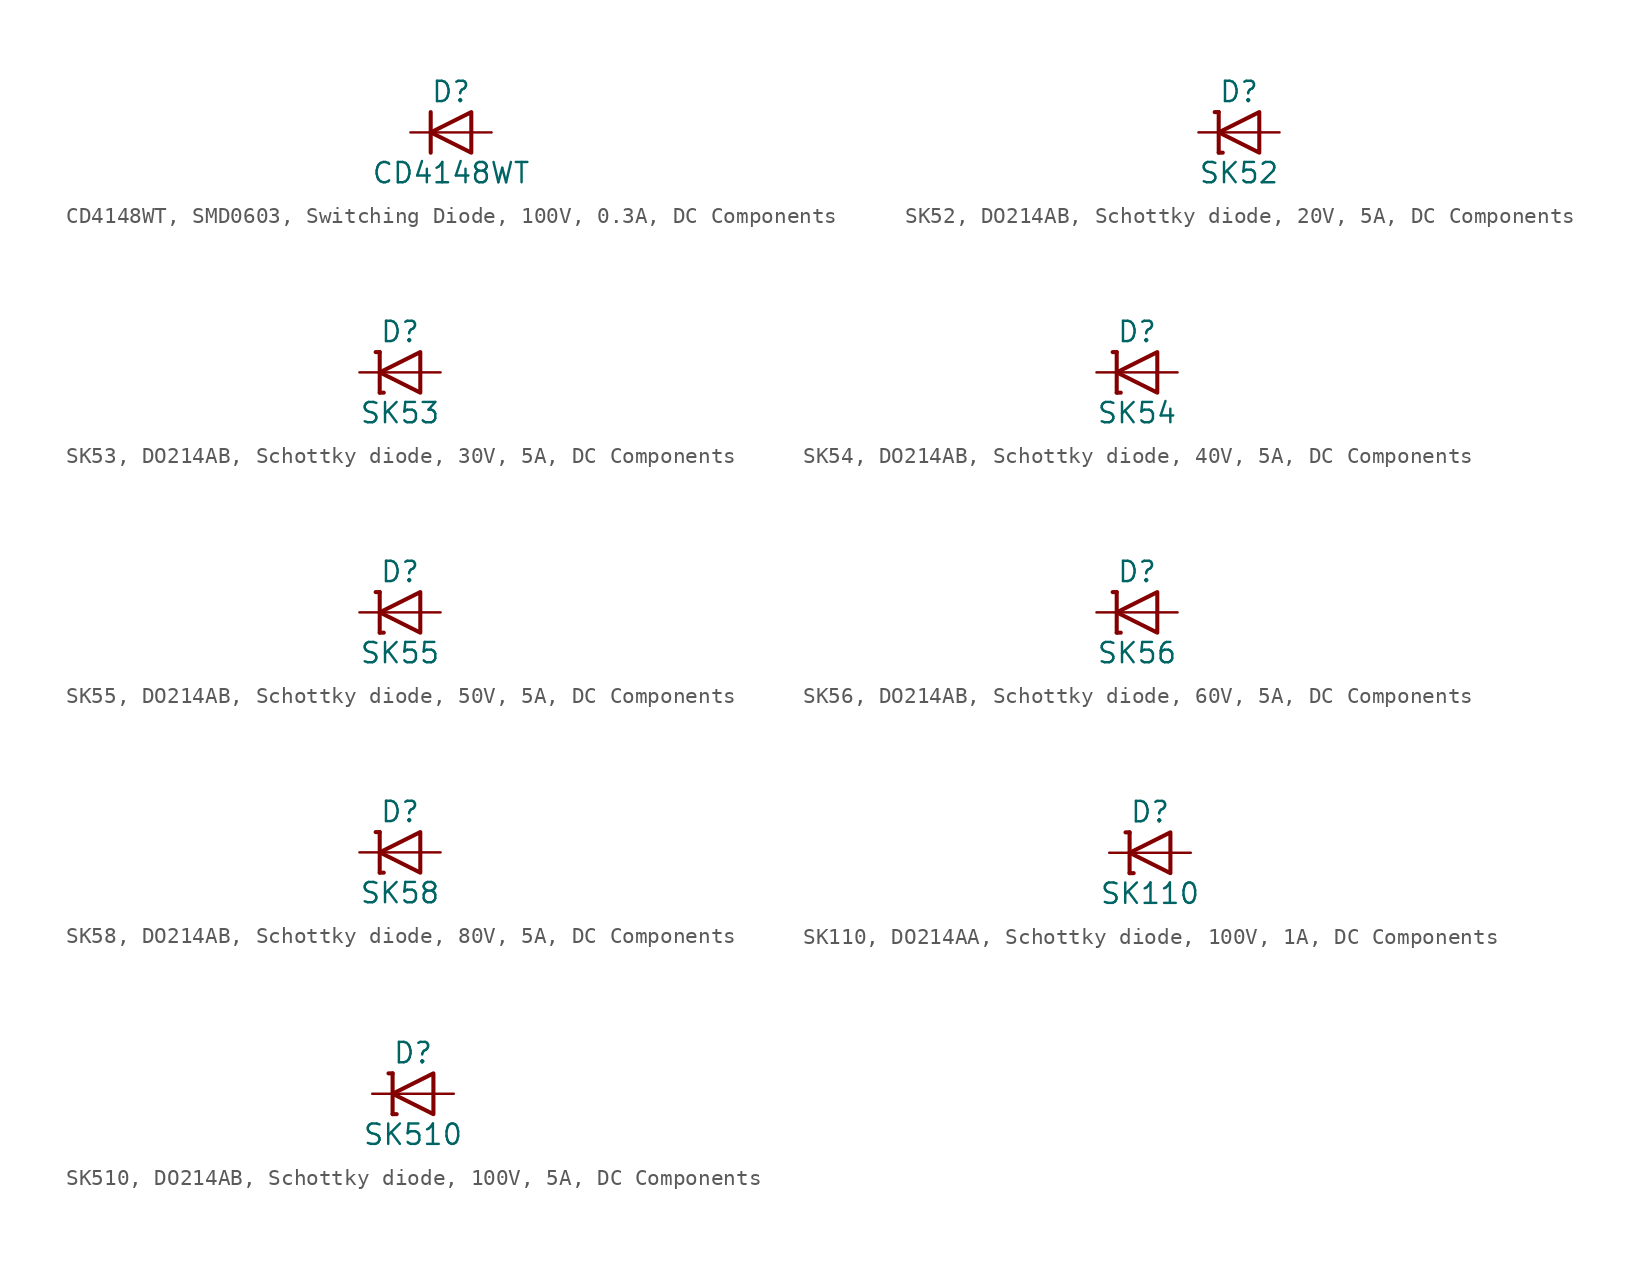
<source format=kicad_sym>
(kicad_symbol_lib
  (version 20241209)
  (generator "kicad_symbol_editor")
  (generator_version "9.0")
  (symbol "CD4148WT, SMD0603, Switching Diode, 100V, 0.3A, DC Components"
    (pin_numbers
      (hide yes))
    (pin_names
      (offset 1.016)
      (hide yes))
    (property "Reference" "D"
      (at 0 2.54 0)
      (effects (font (size 1.27 1.27))))
    (property "Value" "CD4148WT"
      (at 0 -2.54 0)
      (effects (font (size 1.27 1.27))))
    (symbol "CD4148WT, SMD0603, Switching Diode, 100V, 0.3A, DC Components_0_0"
      (polyline (pts (xy -1.27 0) (xy 1.27 0)) (stroke (width 0.152) (type default)) (fill (type none))))
    (symbol "CD4148WT, SMD0603, Switching Diode, 100V, 0.3A, DC Components_0_1"
      (polyline (pts (xy -1.27 1.27) (xy -1.27 -1.27)) (stroke (width 0.254) (type default)) (fill (type none)))
      (polyline (pts (xy 1.27 1.27) (xy 1.27 -1.27) (xy -1.27 0) (xy 1.27 1.27)) (stroke (width 0.254) (type default)) (fill (type none))))
    (symbol "CD4148WT, SMD0603, Switching Diode, 100V, 0.3A, DC Components_1_1"
      (pin passive line (at -2.54 0 0) (length 1.27) (name "C" (effects (font (size 1.27 1.27)))) (number "1" (effects (font (size 1.27 1.27)))))
      (pin passive line (at 2.54 0 180) (length 1.27) (name "A" (effects (font (size 1.27 1.27)))) (number "2" (effects (font (size 1.27 1.27)))))))
  (symbol "SK52, DO214AB, Schottky diode, 20V, 5A, DC Components"
    (pin_numbers
      (hide yes))
    (pin_names
      (offset 1.016)
      (hide yes))
    (property "Reference" "D"
      (at 0 2.54 0)
      (effects (font (size 1.27 1.27))))
    (property "Value" "SK52"
      (at 0 -2.54 0)
      (effects (font (size 1.27 1.27))))
    (symbol "SK52, DO214AB, Schottky diode, 20V, 5A, DC Components_0_0"
      (polyline (pts (xy -1.27 0) (xy 1.27 0)) (stroke (width 0.152) (type default)) (fill (type none))))
    (symbol "SK52, DO214AB, Schottky diode, 20V, 5A, DC Components_0_1"
      (polyline (pts (xy -1.524 1.27) (xy -1.27 1.27)) (stroke (width 0.254) (type default)) (fill (type none)))
      (polyline (pts (xy -1.27 1.27) (xy -1.27 -1.27)) (stroke (width 0.254) (type default)) (fill (type none)))
      (polyline (pts (xy -1.27 -1.27) (xy -1.016 -1.27)) (stroke (width 0.254) (type default)) (fill (type none)))
      (polyline (pts (xy 1.27 1.27) (xy 1.27 -1.27) (xy -1.27 0) (xy 1.27 1.27)) (stroke (width 0.254) (type default)) (fill (type none))))
    (symbol "SK52, DO214AB, Schottky diode, 20V, 5A, DC Components_1_1"
      (pin passive line (at -2.54 0 0) (length 1.27) (name "C" (effects (font (size 1.27 1.27)))) (number "1" (effects (font (size 1.27 1.27)))))
      (pin passive line (at 2.54 0 180) (length 1.27) (name "A" (effects (font (size 1.27 1.27)))) (number "2" (effects (font (size 1.27 1.27)))))))
  (symbol "SK53, DO214AB, Schottky diode, 30V, 5A, DC Components"
    (pin_numbers
      (hide yes))
    (pin_names
      (offset 1.016)
      (hide yes))
    (property "Reference" "D"
      (at 0 2.54 0)
      (effects (font (size 1.27 1.27))))
    (property "Value" "SK53"
      (at 0 -2.54 0)
      (effects (font (size 1.27 1.27))))
    (symbol "SK53, DO214AB, Schottky diode, 30V, 5A, DC Components_0_0"
      (polyline (pts (xy -1.27 0) (xy 1.27 0)) (stroke (width 0.152) (type default)) (fill (type none))))
    (symbol "SK53, DO214AB, Schottky diode, 30V, 5A, DC Components_0_1"
      (polyline (pts (xy -1.524 1.27) (xy -1.27 1.27)) (stroke (width 0.254) (type default)) (fill (type none)))
      (polyline (pts (xy -1.27 1.27) (xy -1.27 -1.27)) (stroke (width 0.254) (type default)) (fill (type none)))
      (polyline (pts (xy -1.27 -1.27) (xy -1.016 -1.27)) (stroke (width 0.254) (type default)) (fill (type none)))
      (polyline (pts (xy 1.27 1.27) (xy 1.27 -1.27) (xy -1.27 0) (xy 1.27 1.27)) (stroke (width 0.254) (type default)) (fill (type none))))
    (symbol "SK53, DO214AB, Schottky diode, 30V, 5A, DC Components_1_1"
      (pin passive line (at -2.54 0 0) (length 1.27) (name "C" (effects (font (size 1.27 1.27)))) (number "1" (effects (font (size 1.27 1.27)))))
      (pin passive line (at 2.54 0 180) (length 1.27) (name "A" (effects (font (size 1.27 1.27)))) (number "2" (effects (font (size 1.27 1.27)))))))
  (symbol "SK54, DO214AB, Schottky diode, 40V, 5A, DC Components"
    (pin_numbers
      (hide yes))
    (pin_names
      (offset 1.016)
      (hide yes))
    (property "Reference" "D"
      (at 0 2.54 0)
      (effects (font (size 1.27 1.27))))
    (property "Value" "SK54"
      (at 0 -2.54 0)
      (effects (font (size 1.27 1.27))))
    (symbol "SK54, DO214AB, Schottky diode, 40V, 5A, DC Components_0_0"
      (polyline (pts (xy -1.27 0) (xy 1.27 0)) (stroke (width 0.152) (type default)) (fill (type none))))
    (symbol "SK54, DO214AB, Schottky diode, 40V, 5A, DC Components_0_1"
      (polyline (pts (xy -1.524 1.27) (xy -1.27 1.27)) (stroke (width 0.254) (type default)) (fill (type none)))
      (polyline (pts (xy -1.27 1.27) (xy -1.27 -1.27)) (stroke (width 0.254) (type default)) (fill (type none)))
      (polyline (pts (xy -1.27 -1.27) (xy -1.016 -1.27)) (stroke (width 0.254) (type default)) (fill (type none)))
      (polyline (pts (xy 1.27 1.27) (xy 1.27 -1.27) (xy -1.27 0) (xy 1.27 1.27)) (stroke (width 0.254) (type default)) (fill (type none))))
    (symbol "SK54, DO214AB, Schottky diode, 40V, 5A, DC Components_1_1"
      (pin passive line (at -2.54 0 0) (length 1.27) (name "C" (effects (font (size 1.27 1.27)))) (number "1" (effects (font (size 1.27 1.27)))))
      (pin passive line (at 2.54 0 180) (length 1.27) (name "A" (effects (font (size 1.27 1.27)))) (number "2" (effects (font (size 1.27 1.27)))))))
  (symbol "SK55, DO214AB, Schottky diode, 50V, 5A, DC Components"
    (pin_numbers
      (hide yes))
    (pin_names
      (offset 1.016)
      (hide yes))
    (property "Reference" "D"
      (at 0 2.54 0)
      (effects (font (size 1.27 1.27))))
    (property "Value" "SK55"
      (at 0 -2.54 0)
      (effects (font (size 1.27 1.27))))
    (symbol "SK55, DO214AB, Schottky diode, 50V, 5A, DC Components_0_0"
      (polyline (pts (xy -1.27 0) (xy 1.27 0)) (stroke (width 0.152) (type default)) (fill (type none))))
    (symbol "SK55, DO214AB, Schottky diode, 50V, 5A, DC Components_0_1"
      (polyline (pts (xy -1.524 1.27) (xy -1.27 1.27)) (stroke (width 0.254) (type default)) (fill (type none)))
      (polyline (pts (xy -1.27 1.27) (xy -1.27 -1.27)) (stroke (width 0.254) (type default)) (fill (type none)))
      (polyline (pts (xy -1.27 -1.27) (xy -1.016 -1.27)) (stroke (width 0.254) (type default)) (fill (type none)))
      (polyline (pts (xy 1.27 1.27) (xy 1.27 -1.27) (xy -1.27 0) (xy 1.27 1.27)) (stroke (width 0.254) (type default)) (fill (type none))))
    (symbol "SK55, DO214AB, Schottky diode, 50V, 5A, DC Components_1_1"
      (pin passive line (at -2.54 0 0) (length 1.27) (name "C" (effects (font (size 1.27 1.27)))) (number "1" (effects (font (size 1.27 1.27)))))
      (pin passive line (at 2.54 0 180) (length 1.27) (name "A" (effects (font (size 1.27 1.27)))) (number "2" (effects (font (size 1.27 1.27)))))))
  (symbol "SK56, DO214AB, Schottky diode, 60V, 5A, DC Components"
    (pin_numbers
      (hide yes))
    (pin_names
      (offset 1.016)
      (hide yes))
    (property "Reference" "D"
      (at 0 2.54 0)
      (effects (font (size 1.27 1.27))))
    (property "Value" "SK56"
      (at 0 -2.54 0)
      (effects (font (size 1.27 1.27))))
    (symbol "SK56, DO214AB, Schottky diode, 60V, 5A, DC Components_0_0"
      (polyline (pts (xy -1.27 0) (xy 1.27 0)) (stroke (width 0.152) (type default)) (fill (type none))))
    (symbol "SK56, DO214AB, Schottky diode, 60V, 5A, DC Components_0_1"
      (polyline (pts (xy -1.524 1.27) (xy -1.27 1.27)) (stroke (width 0.254) (type default)) (fill (type none)))
      (polyline (pts (xy -1.27 1.27) (xy -1.27 -1.27)) (stroke (width 0.254) (type default)) (fill (type none)))
      (polyline (pts (xy -1.27 -1.27) (xy -1.016 -1.27)) (stroke (width 0.254) (type default)) (fill (type none)))
      (polyline (pts (xy 1.27 1.27) (xy 1.27 -1.27) (xy -1.27 0) (xy 1.27 1.27)) (stroke (width 0.254) (type default)) (fill (type none))))
    (symbol "SK56, DO214AB, Schottky diode, 60V, 5A, DC Components_1_1"
      (pin passive line (at -2.54 0 0) (length 1.27) (name "C" (effects (font (size 1.27 1.27)))) (number "1" (effects (font (size 1.27 1.27)))))
      (pin passive line (at 2.54 0 180) (length 1.27) (name "A" (effects (font (size 1.27 1.27)))) (number "2" (effects (font (size 1.27 1.27)))))))
  (symbol "SK58, DO214AB, Schottky diode, 80V, 5A, DC Components"
    (pin_numbers
      (hide yes))
    (pin_names
      (offset 1.016)
      (hide yes))
    (property "Reference" "D"
      (at 0 2.54 0)
      (effects (font (size 1.27 1.27))))
    (property "Value" "SK58"
      (at 0 -2.54 0)
      (effects (font (size 1.27 1.27))))
    (symbol "SK58, DO214AB, Schottky diode, 80V, 5A, DC Components_0_0"
      (polyline (pts (xy -1.27 0) (xy 1.27 0)) (stroke (width 0.152) (type default)) (fill (type none))))
    (symbol "SK58, DO214AB, Schottky diode, 80V, 5A, DC Components_0_1"
      (polyline (pts (xy -1.524 1.27) (xy -1.27 1.27)) (stroke (width 0.254) (type default)) (fill (type none)))
      (polyline (pts (xy -1.27 1.27) (xy -1.27 -1.27)) (stroke (width 0.254) (type default)) (fill (type none)))
      (polyline (pts (xy -1.27 -1.27) (xy -1.016 -1.27)) (stroke (width 0.254) (type default)) (fill (type none)))
      (polyline (pts (xy 1.27 1.27) (xy 1.27 -1.27) (xy -1.27 0) (xy 1.27 1.27)) (stroke (width 0.254) (type default)) (fill (type none))))
    (symbol "SK58, DO214AB, Schottky diode, 80V, 5A, DC Components_1_1"
      (pin passive line (at -2.54 0 0) (length 1.27) (name "C" (effects (font (size 1.27 1.27)))) (number "1" (effects (font (size 1.27 1.27)))))
      (pin passive line (at 2.54 0 180) (length 1.27) (name "A" (effects (font (size 1.27 1.27)))) (number "2" (effects (font (size 1.27 1.27)))))))
  (symbol "SK110, DO214AA, Schottky diode, 100V, 1A, DC Components"
    (pin_numbers
      (hide yes))
    (pin_names
      (offset 1.016)
      (hide yes))
    (property "Reference" "D"
      (at 0 2.54 0)
      (effects (font (size 1.27 1.27))))
    (property "Value" "SK110"
      (at 0 -2.54 0)
      (effects (font (size 1.27 1.27))))
    (symbol "SK110, DO214AA, Schottky diode, 100V, 1A, DC Components_0_0"
      (polyline (pts (xy -1.27 0) (xy 1.27 0)) (stroke (width 0.152) (type default)) (fill (type none))))
    (symbol "SK110, DO214AA, Schottky diode, 100V, 1A, DC Components_0_1"
      (polyline (pts (xy -1.524 1.27) (xy -1.27 1.27)) (stroke (width 0.254) (type default)) (fill (type none)))
      (polyline (pts (xy -1.27 1.27) (xy -1.27 -1.27)) (stroke (width 0.254) (type default)) (fill (type none)))
      (polyline (pts (xy -1.27 -1.27) (xy -1.016 -1.27)) (stroke (width 0.254) (type default)) (fill (type none)))
      (polyline (pts (xy 1.27 1.27) (xy 1.27 -1.27) (xy -1.27 0) (xy 1.27 1.27)) (stroke (width 0.254) (type default)) (fill (type none))))
    (symbol "SK110, DO214AA, Schottky diode, 100V, 1A, DC Components_1_1"
      (pin passive line (at -2.54 0 0) (length 1.27) (name "C" (effects (font (size 1.27 1.27)))) (number "1" (effects (font (size 1.27 1.27)))))
      (pin passive line (at 2.54 0 180) (length 1.27) (name "A" (effects (font (size 1.27 1.27)))) (number "2" (effects (font (size 1.27 1.27)))))))
  (symbol "SK510, DO214AB, Schottky diode, 100V, 5A, DC Components"
    (pin_numbers
      (hide yes))
    (pin_names
      (offset 1.016)
      (hide yes))
    (property "Reference" "D"
      (at 0 2.54 0)
      (effects (font (size 1.27 1.27))))
    (property "Value" "SK510"
      (at 0 -2.54 0)
      (effects (font (size 1.27 1.27))))
    (symbol "SK510, DO214AB, Schottky diode, 100V, 5A, DC Components_0_0"
      (polyline (pts (xy -1.27 0) (xy 1.27 0)) (stroke (width 0.152) (type default)) (fill (type none))))
    (symbol "SK510, DO214AB, Schottky diode, 100V, 5A, DC Components_0_1"
      (polyline (pts (xy -1.524 1.27) (xy -1.27 1.27)) (stroke (width 0.254) (type default)) (fill (type none)))
      (polyline (pts (xy -1.27 1.27) (xy -1.27 -1.27)) (stroke (width 0.254) (type default)) (fill (type none)))
      (polyline (pts (xy -1.27 -1.27) (xy -1.016 -1.27)) (stroke (width 0.254) (type default)) (fill (type none)))
      (polyline (pts (xy 1.27 1.27) (xy 1.27 -1.27) (xy -1.27 0) (xy 1.27 1.27)) (stroke (width 0.254) (type default)) (fill (type none))))
    (symbol "SK510, DO214AB, Schottky diode, 100V, 5A, DC Components_1_1"
      (pin passive line (at -2.54 0 0) (length 1.27) (name "C" (effects (font (size 1.27 1.27)))) (number "1" (effects (font (size 1.27 1.27)))))
      (pin passive line (at 2.54 0 180) (length 1.27) (name "A" (effects (font (size 1.27 1.27)))) (number "2" (effects (font (size 1.27 1.27))))))))
</source>
